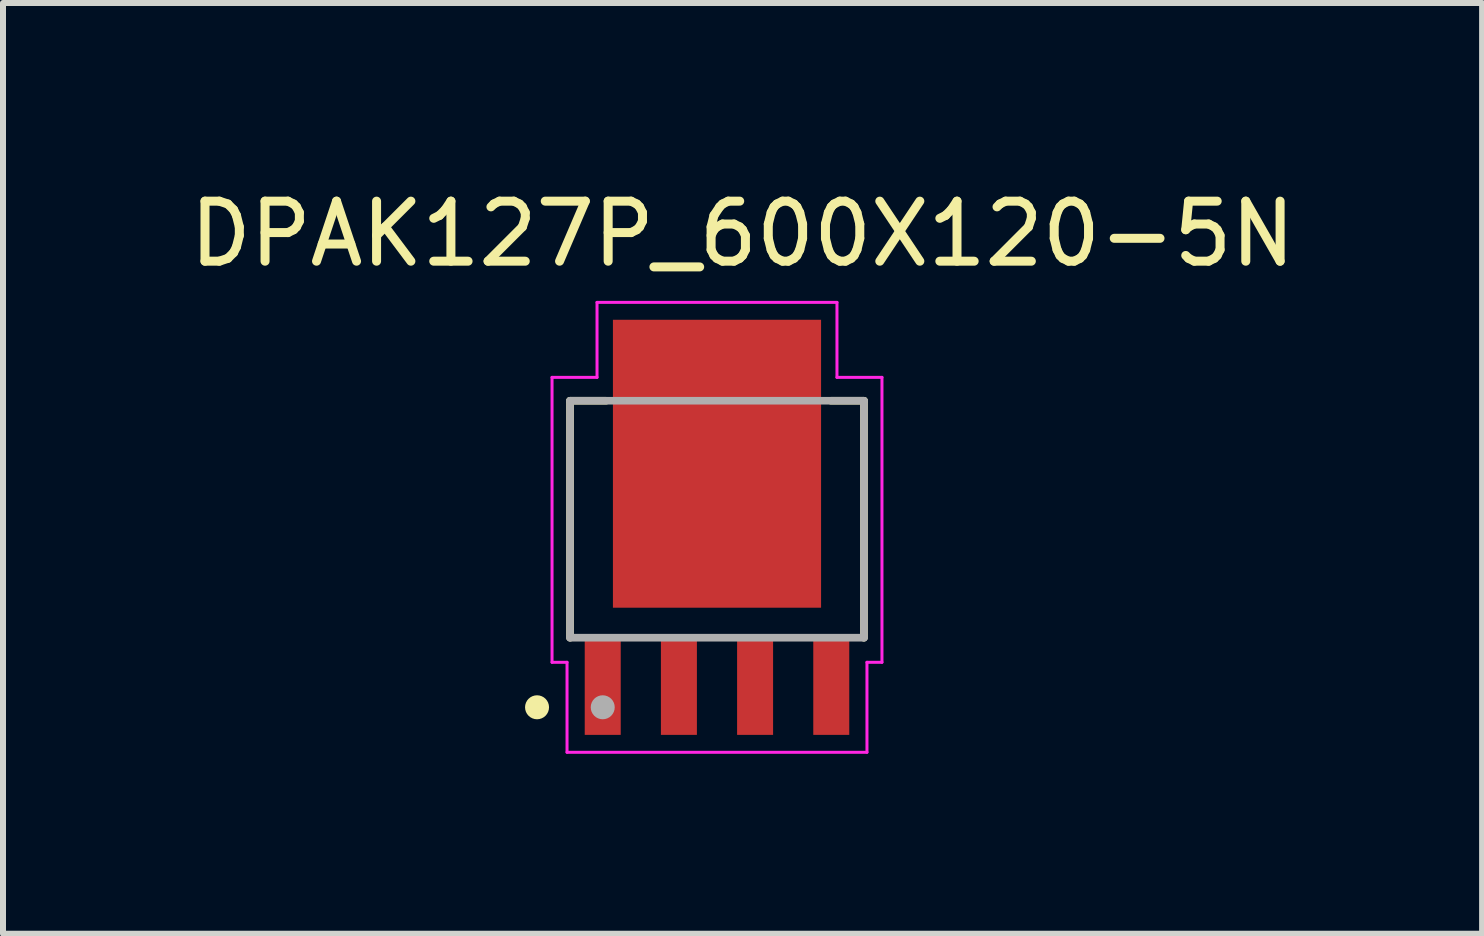
<source format=kicad_pcb>
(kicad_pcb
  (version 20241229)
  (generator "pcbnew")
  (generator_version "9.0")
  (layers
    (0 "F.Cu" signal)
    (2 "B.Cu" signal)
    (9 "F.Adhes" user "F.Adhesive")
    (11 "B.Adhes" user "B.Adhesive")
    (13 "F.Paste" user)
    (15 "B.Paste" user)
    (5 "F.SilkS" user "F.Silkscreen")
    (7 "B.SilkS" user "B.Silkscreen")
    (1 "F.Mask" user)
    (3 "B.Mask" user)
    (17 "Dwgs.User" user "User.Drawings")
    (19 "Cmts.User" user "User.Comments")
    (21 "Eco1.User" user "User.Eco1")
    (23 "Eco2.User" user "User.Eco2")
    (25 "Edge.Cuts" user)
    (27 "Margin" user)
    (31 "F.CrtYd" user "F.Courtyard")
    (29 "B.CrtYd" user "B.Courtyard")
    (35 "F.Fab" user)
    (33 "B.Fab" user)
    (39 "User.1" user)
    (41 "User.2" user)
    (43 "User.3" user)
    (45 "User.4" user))
  (footprint "DPAK127P_600X120-5N"
    (layer "F.Cu")
    (at 8.903 5.741)
    (property "Reference" "DPAK127P_600X120-5N" (at 0.426 -4.892 0) (layer "F.SilkS") (effects (font (size 1.001 1.001) (thickness 0.15))))
    (attr smd)
    (fp_line (start -2.45 -2.11) (end -2.45 1.84) (stroke (width 0.127) (type solid)) (layer "F.SilkS"))
    (fp_line (start -1.85 -2.11) (end -2.45 -2.11) (stroke (width 0.127) (type solid)) (layer "F.SilkS"))
    (fp_line (start 2.45 -2.11) (end 1.9 -2.11) (stroke (width 0.127) (type solid)) (layer "F.SilkS"))
    (fp_line (start 2.45 1.84) (end 2.45 -2.11) (stroke (width 0.127) (type solid)) (layer "F.SilkS"))
    (fp_circle (center -3 3) (end -2.9 3) (stroke (width 0.2) (type solid)) (fill no) (layer "F.SilkS"))
    (fp_line (start -2.75 -2.5) (end -2 -2.5) (stroke (width 0.05) (type solid)) (layer "F.CrtYd"))
    (fp_line (start -2.75 2.25) (end -2.75 -2.5) (stroke (width 0.05) (type solid)) (layer "F.CrtYd"))
    (fp_line (start -2.5 2.25) (end -2.75 2.25) (stroke (width 0.05) (type solid)) (layer "F.CrtYd"))
    (fp_line (start -2.5 3.75) (end -2.5 2.25) (stroke (width 0.05) (type solid)) (layer "F.CrtYd"))
    (fp_line (start -2 -3.75) (end 2 -3.75) (stroke (width 0.05) (type solid)) (layer "F.CrtYd"))
    (fp_line (start -2 -2.5) (end -2 -3.75) (stroke (width 0.05) (type solid)) (layer "F.CrtYd"))
    (fp_line (start 2 -3.75) (end 2 -2.5) (stroke (width 0.05) (type solid)) (layer "F.CrtYd"))
    (fp_line (start 2 -2.5) (end 2.75 -2.5) (stroke (width 0.05) (type solid)) (layer "F.CrtYd"))
    (fp_line (start 2.5 2.25) (end 2.5 3.75) (stroke (width 0.05) (type solid)) (layer "F.CrtYd"))
    (fp_line (start 2.5 3.75) (end -2.5 3.75) (stroke (width 0.05) (type solid)) (layer "F.CrtYd"))
    (fp_line (start 2.75 -2.5) (end 2.75 2.25) (stroke (width 0.05) (type solid)) (layer "F.CrtYd"))
    (fp_line (start 2.75 2.25) (end 2.5 2.25) (stroke (width 0.05) (type solid)) (layer "F.CrtYd"))
    (fp_line (start -2.45 -2.11) (end -2.45 1.84) (stroke (width 0.127) (type solid)) (layer "F.Fab"))
    (fp_line (start -2.45 1.84) (end 2.45 1.84) (stroke (width 0.127) (type solid)) (layer "F.Fab"))
    (fp_line (start 2.45 -2.11) (end -2.45 -2.11) (stroke (width 0.127) (type solid)) (layer "F.Fab"))
    (fp_line (start 2.45 1.84) (end 2.45 -2.11) (stroke (width 0.127) (type solid)) (layer "F.Fab"))
    (fp_circle (center -1.905 3) (end -1.805 3) (stroke (width 0.2) (type solid)) (fill no) (layer "F.Fab"))
    (pad "1" smd rect (at -1.905 2.65 90) (size 1.62 0.6) (layers "F.Cu" "F.Mask" "F.Paste"))
    (pad "2" smd rect (at -0.635 2.65 90) (size 1.62 0.6) (layers "F.Cu" "F.Mask" "F.Paste"))
    (pad "3" smd rect (at 0.635 2.65 90) (size 1.62 0.6) (layers "F.Cu" "F.Mask" "F.Paste"))
    (pad "4" smd rect (at 1.905 2.65 90) (size 1.62 0.6) (layers "F.Cu" "F.Mask" "F.Paste"))
    (pad "5" smd rect (at 0 -1.06 90) (size 4.8 3.47) (layers "F.Cu" "F.Mask" "F.Paste")))
  (gr_rect
    (start -3 -3)
    (end 21.658 12.516)
    (stroke (width 0.1) (type default))
    (fill no)
    (layer "Edge.Cuts")))
</source>
